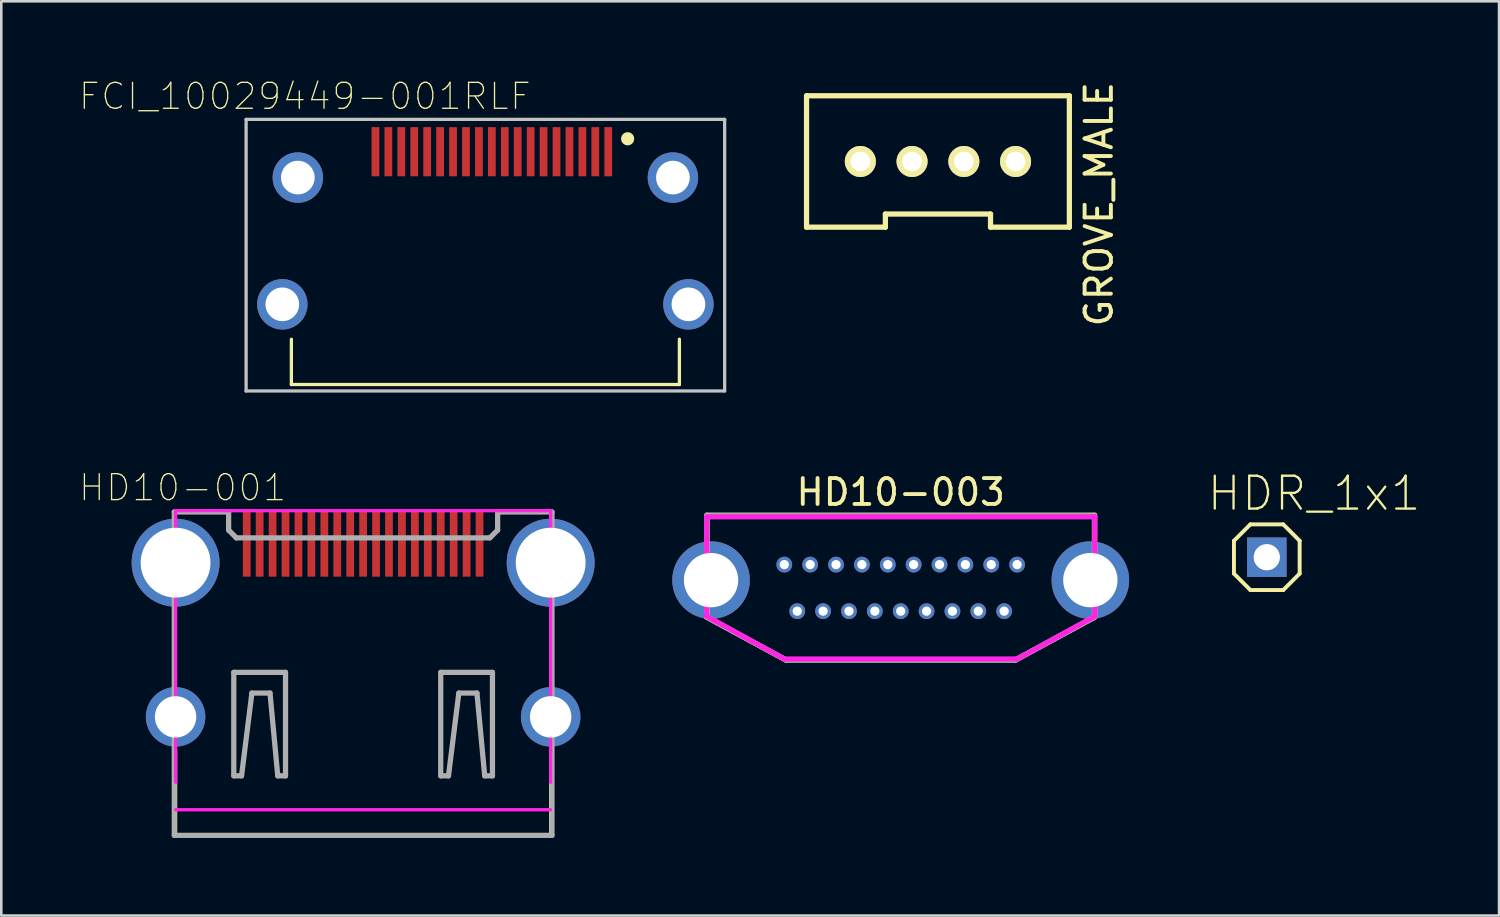
<source format=kicad_pcb>
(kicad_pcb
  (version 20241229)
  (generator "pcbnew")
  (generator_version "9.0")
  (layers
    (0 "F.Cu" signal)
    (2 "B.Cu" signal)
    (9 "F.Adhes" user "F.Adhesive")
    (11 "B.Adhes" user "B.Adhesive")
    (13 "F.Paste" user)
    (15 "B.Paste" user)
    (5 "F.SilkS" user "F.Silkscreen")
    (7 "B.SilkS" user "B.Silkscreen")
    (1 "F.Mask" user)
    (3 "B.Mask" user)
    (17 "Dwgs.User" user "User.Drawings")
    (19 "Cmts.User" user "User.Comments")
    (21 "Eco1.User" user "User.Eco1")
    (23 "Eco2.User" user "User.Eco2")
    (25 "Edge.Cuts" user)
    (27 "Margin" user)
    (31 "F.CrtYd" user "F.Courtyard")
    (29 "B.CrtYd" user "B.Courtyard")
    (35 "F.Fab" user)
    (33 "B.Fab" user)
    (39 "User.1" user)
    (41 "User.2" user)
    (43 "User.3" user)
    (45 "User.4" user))
  (footprint "FCI_10029449-001RLF"
    (layer "F.Cu")
    (at 15.714 2.815)
    (property "Reference" "FCI_10029449-001RLF" (at -6.978 -2.141 0) (layer "F.SilkS") (effects (font (size 1.003 1.003) (thickness 0.05))))
    (attr smd)
    (fp_line (start -7.5 9) (end -7.5 7.25) (stroke (width 0.127) (type solid)) (layer "F.SilkS"))
    (fp_line (start 7.5 7.25) (end 7.5 9) (stroke (width 0.127) (type solid)) (layer "F.SilkS"))
    (fp_line (start 7.5 9) (end -7.5 9) (stroke (width 0.127) (type solid)) (layer "F.SilkS"))
    (fp_circle (center 5.5 -0.5) (end 5.754 -0.5) (stroke (width 0) (type solid)) (fill yes) (layer "F.SilkS"))
    (fp_line (start -9.25 -1.25) (end 9.25 -1.25) (stroke (width 0.127) (type solid)) (layer "Dwgs.User"))
    (fp_line (start -9.25 9.25) (end -9.25 -1.25) (stroke (width 0.127) (type solid)) (layer "Dwgs.User"))
    (fp_line (start 9.25 -1.25) (end 9.25 9.25) (stroke (width 0.127) (type solid)) (layer "Dwgs.User"))
    (fp_line (start 9.25 9.25) (end -9.25 9.25) (stroke (width 0.127) (type solid)) (layer "Dwgs.User"))
    (pad "1" smd rect (at 4.75 0 90) (size 1.9 0.3) (layers "F.Cu" "F.Mask" "F.Paste"))
    (pad "2" smd rect (at 4.25 0 90) (size 1.9 0.3) (layers "F.Cu" "F.Mask" "F.Paste"))
    (pad "3" smd rect (at 3.75 0 90) (size 1.9 0.3) (layers "F.Cu" "F.Mask" "F.Paste"))
    (pad "4" smd rect (at 3.25 0 90) (size 1.9 0.3) (layers "F.Cu" "F.Mask" "F.Paste"))
    (pad "5" smd rect (at 2.75 0 90) (size 1.9 0.3) (layers "F.Cu" "F.Mask" "F.Paste"))
    (pad "6" smd rect (at 2.25 0 90) (size 1.9 0.3) (layers "F.Cu" "F.Mask" "F.Paste"))
    (pad "7" smd rect (at 1.75 0 90) (size 1.9 0.3) (layers "F.Cu" "F.Mask" "F.Paste"))
    (pad "8" smd rect (at 1.25 0 90) (size 1.9 0.3) (layers "F.Cu" "F.Mask" "F.Paste"))
    (pad "9" smd rect (at 0.75 0 90) (size 1.9 0.3) (layers "F.Cu" "F.Mask" "F.Paste"))
    (pad "10" smd rect (at 0.25 0 90) (size 1.9 0.3) (layers "F.Cu" "F.Mask" "F.Paste"))
    (pad "11" smd rect (at -0.25 0 90) (size 1.9 0.3) (layers "F.Cu" "F.Mask" "F.Paste"))
    (pad "12" smd rect (at -0.75 0 90) (size 1.9 0.3) (layers "F.Cu" "F.Mask" "F.Paste"))
    (pad "13" smd rect (at -1.25 0 90) (size 1.9 0.3) (layers "F.Cu" "F.Mask" "F.Paste"))
    (pad "14" smd rect (at -1.75 0 90) (size 1.9 0.3) (layers "F.Cu" "F.Mask" "F.Paste"))
    (pad "15" smd rect (at -2.25 0 90) (size 1.9 0.3) (layers "F.Cu" "F.Mask" "F.Paste"))
    (pad "16" smd rect (at -2.75 0 90) (size 1.9 0.3) (layers "F.Cu" "F.Mask" "F.Paste"))
    (pad "17" smd rect (at -3.25 0 90) (size 1.9 0.3) (layers "F.Cu" "F.Mask" "F.Paste"))
    (pad "18" smd rect (at -3.75 0 90) (size 1.9 0.3) (layers "F.Cu" "F.Mask" "F.Paste"))
    (pad "19" smd rect (at -4.25 0 90) (size 1.9 0.3) (layers "F.Cu" "F.Mask" "F.Paste"))
    (pad "SH" thru_hole circle (at -7.85 5.9) (size 1.95 1.95) (drill 1.3) (layers "*.Cu" "*.Mask"))
    (pad "SH" thru_hole circle (at -7.25 1) (size 1.95 1.95) (drill 1.3) (layers "*.Cu" "*.Mask"))
    (pad "SH" thru_hole circle (at 7.25 1) (size 1.95 1.95) (drill 1.3) (layers "*.Cu" "*.Mask"))
    (pad "SH" thru_hole circle (at 7.85 5.9) (size 1.95 1.95) (drill 1.3) (layers "*.Cu" "*.Mask")))
  (footprint "HD10-001"
    (layer "F.Cu")
    (at 10.988 17.943)
    (property "Reference" "HD10-001" (at -6.978 -2.141 0) (layer "F.SilkS") (effects (font (size 1.003 1.003) (thickness 0.05))))
    (attr smd)
    (fp_line (start -7.25 11.31) (end -7.25 8) (stroke (width 0.127) (type solid)) (layer "F.SilkS"))
    (fp_line (start 7.25 7.997) (end 7.25 11.31) (stroke (width 0.127) (type solid)) (layer "F.SilkS"))
    (fp_line (start 7.25 11.31) (end -7.25 11.31) (stroke (width 0.127) (type solid)) (layer "F.SilkS"))
    (fp_line (start -7.25 -1.25) (end 7.25 -1.25) (stroke (width 0.127) (type solid)) (layer "F.CrtYd"))
    (fp_line (start -7.25 9.25) (end -7.25 -1.25) (stroke (width 0.127) (type solid)) (layer "F.CrtYd"))
    (fp_line (start 7.25 -1.25) (end 7.25 9.25) (stroke (width 0.127) (type solid)) (layer "F.CrtYd"))
    (fp_line (start 7.25 10.31) (end -7.25 10.31) (stroke (width 0.127) (type solid)) (layer "F.CrtYd"))
    (fp_line (start -7.3 -1.2) (end -7.3 11.3) (stroke (width 0.203) (type solid)) (layer "F.Fab"))
    (fp_line (start -7.3 11.3) (end 7.3 11.3) (stroke (width 0.203) (type solid)) (layer "F.Fab"))
    (fp_line (start -5.2 -1.2) (end -7.3 -1.2) (stroke (width 0.203) (type solid)) (layer "F.Fab"))
    (fp_line (start -5.2 -0.5) (end -5.2 -1.2) (stroke (width 0.203) (type solid)) (layer "F.Fab"))
    (fp_line (start -5 5) (end -3 5) (stroke (width 0.203) (type solid)) (layer "F.Fab"))
    (fp_line (start -5 9) (end -5 5) (stroke (width 0.203) (type solid)) (layer "F.Fab"))
    (fp_line (start -4.9 -0.2) (end -5.2 -0.5) (stroke (width 0.203) (type solid)) (layer "F.Fab"))
    (fp_line (start -4.7 9) (end -5 9) (stroke (width 0.203) (type solid)) (layer "F.Fab"))
    (fp_line (start -4.3 5.8) (end -4.7 9) (stroke (width 0.203) (type solid)) (layer "F.Fab"))
    (fp_line (start -3.6 5.8) (end -4.3 5.8) (stroke (width 0.203) (type solid)) (layer "F.Fab"))
    (fp_line (start -3.3 9) (end -3.6 5.8) (stroke (width 0.203) (type solid)) (layer "F.Fab"))
    (fp_line (start -3 5) (end -3 9) (stroke (width 0.203) (type solid)) (layer "F.Fab"))
    (fp_line (start -3 9) (end -3.3 9) (stroke (width 0.203) (type solid)) (layer "F.Fab"))
    (fp_line (start 3 5) (end 5 5) (stroke (width 0.203) (type solid)) (layer "F.Fab"))
    (fp_line (start 3 9) (end 3 5) (stroke (width 0.203) (type solid)) (layer "F.Fab"))
    (fp_line (start 3.3 9) (end 3 9) (stroke (width 0.203) (type solid)) (layer "F.Fab"))
    (fp_line (start 3.7 5.8) (end 3.3 9) (stroke (width 0.203) (type solid)) (layer "F.Fab"))
    (fp_line (start 4.4 5.8) (end 3.7 5.8) (stroke (width 0.203) (type solid)) (layer "F.Fab"))
    (fp_line (start 4.7 9) (end 4.4 5.8) (stroke (width 0.203) (type solid)) (layer "F.Fab"))
    (fp_line (start 4.9 -0.2) (end -4.9 -0.2) (stroke (width 0.203) (type solid)) (layer "F.Fab"))
    (fp_line (start 4.9 -0.2) (end 5.2 -0.5) (stroke (width 0.203) (type solid)) (layer "F.Fab"))
    (fp_line (start 5 5) (end 5 9) (stroke (width 0.203) (type solid)) (layer "F.Fab"))
    (fp_line (start 5 9) (end 4.7 9) (stroke (width 0.203) (type solid)) (layer "F.Fab"))
    (fp_line (start 5.2 -0.5) (end 5.2 -1.2) (stroke (width 0.203) (type solid)) (layer "F.Fab"))
    (fp_line (start 7.3 -1.2) (end 5.2 -1.2) (stroke (width 0.203) (type solid)) (layer "F.Fab"))
    (fp_line (start 7.3 11.3) (end 7.3 -1.2) (stroke (width 0.203) (type solid)) (layer "F.Fab"))
    (pad "1" smd rect (at 4.5 0 90) (size 2.6 0.3) (layers "F.Cu" "F.Mask" "F.Paste"))
    (pad "2" smd rect (at 4 0 90) (size 2.6 0.3) (layers "F.Cu" "F.Mask" "F.Paste"))
    (pad "3" smd rect (at 3.5 0 90) (size 2.6 0.3) (layers "F.Cu" "F.Mask" "F.Paste"))
    (pad "4" smd rect (at 3 0 90) (size 2.6 0.3) (layers "F.Cu" "F.Mask" "F.Paste"))
    (pad "5" smd rect (at 2.5 0 90) (size 2.6 0.3) (layers "F.Cu" "F.Mask" "F.Paste"))
    (pad "6" smd rect (at 2 0 90) (size 2.6 0.3) (layers "F.Cu" "F.Mask" "F.Paste"))
    (pad "7" smd rect (at 1.5 0 90) (size 2.6 0.3) (layers "F.Cu" "F.Mask" "F.Paste"))
    (pad "8" smd rect (at 1 0 90) (size 2.6 0.3) (layers "F.Cu" "F.Mask" "F.Paste"))
    (pad "9" smd rect (at 0.5 0 90) (size 2.6 0.3) (layers "F.Cu" "F.Mask" "F.Paste"))
    (pad "10" smd rect (at 0 0 90) (size 2.6 0.3) (layers "F.Cu" "F.Mask" "F.Paste"))
    (pad "11" smd rect (at -0.5 0 90) (size 2.6 0.3) (layers "F.Cu" "F.Mask" "F.Paste"))
    (pad "12" smd rect (at -1 0 90) (size 2.6 0.3) (layers "F.Cu" "F.Mask" "F.Paste"))
    (pad "13" smd rect (at -1.5 0 90) (size 2.6 0.3) (layers "F.Cu" "F.Mask" "F.Paste"))
    (pad "14" smd rect (at -2 0 90) (size 2.6 0.3) (layers "F.Cu" "F.Mask" "F.Paste"))
    (pad "15" smd rect (at -2.5 0 90) (size 2.6 0.3) (layers "F.Cu" "F.Mask" "F.Paste"))
    (pad "16" smd rect (at -3 0 90) (size 2.6 0.3) (layers "F.Cu" "F.Mask" "F.Paste"))
    (pad "17" smd rect (at -3.5 0 90) (size 2.6 0.3) (layers "F.Cu" "F.Mask" "F.Paste"))
    (pad "18" smd rect (at -4 0 90) (size 2.6 0.3) (layers "F.Cu" "F.Mask" "F.Paste"))
    (pad "19" smd rect (at -4.5 0 90) (size 2.6 0.3) (layers "F.Cu" "F.Mask" "F.Paste"))
    (pad "SH" thru_hole circle (at -7.25 0.76) (size 3.4 3.4) (drill 2.7) (layers "*.Cu" "*.Mask"))
    (pad "SH" thru_hole circle (at -7.25 6.72) (size 2.3 2.3) (drill 1.6) (layers "*.Cu" "*.Mask"))
    (pad "SH" thru_hole circle (at 7.25 0.76) (size 3.4 3.4) (drill 2.7) (layers "*.Cu" "*.Mask"))
    (pad "SH" thru_hole circle (at 7.25 6.72) (size 2.3 2.3) (drill 1.6) (layers "*.Cu" "*.Mask")))
  (footprint "HD10-003"
    (layer "F.Cu")
    (at 31.77 18.777)
    (property "Reference" "HD10-003" (at 0 -2.8 0) (layer "F.SilkS") (effects (font (size 1 1) (thickness 0.15))))
    (attr through_hole)
    (fp_line (start -7.493 -1.905) (end -7.493 2.032) (stroke (width 0.203) (type solid)) (layer "F.SilkS"))
    (fp_line (start -7.493 2.032) (end -4.445 3.683) (stroke (width 0.203) (type solid)) (layer "F.SilkS"))
    (fp_line (start -4.445 3.683) (end 4.445 3.683) (stroke (width 0.203) (type solid)) (layer "F.SilkS"))
    (fp_line (start 4.445 3.683) (end 7.493 2.032) (stroke (width 0.203) (type solid)) (layer "F.SilkS"))
    (fp_line (start 7.493 -1.905) (end -7.493 -1.905) (stroke (width 0.203) (type solid)) (layer "F.SilkS"))
    (fp_line (start 7.493 2.032) (end 7.493 -1.905) (stroke (width 0.203) (type solid)) (layer "F.SilkS"))
    (fp_line (start -7.5 -1.85) (end -7.5 2) (stroke (width 0.203) (type solid)) (layer "F.CrtYd"))
    (fp_line (start -7.5 2) (end -4.5 3.65) (stroke (width 0.203) (type solid)) (layer "F.CrtYd"))
    (fp_line (start -4.5 3.65) (end 4.5 3.65) (stroke (width 0.203) (type solid)) (layer "F.CrtYd"))
    (fp_line (start 4.5 3.65) (end 7.5 2) (stroke (width 0.203) (type solid)) (layer "F.CrtYd"))
    (fp_line (start 7.5 -1.85) (end -7.5 -1.85) (stroke (width 0.203) (type solid)) (layer "F.CrtYd"))
    (fp_line (start 7.5 2) (end 7.5 -1.85) (stroke (width 0.203) (type solid)) (layer "F.CrtYd"))
    (fp_line (start -7.493 -1.905) (end -7.493 2.032) (stroke (width 0.203) (type solid)) (layer "F.Fab"))
    (fp_line (start -7.493 2.032) (end -4.445 3.683) (stroke (width 0.203) (type solid)) (layer "F.Fab"))
    (fp_line (start -4.445 3.683) (end 4.445 3.683) (stroke (width 0.203) (type solid)) (layer "F.Fab"))
    (fp_line (start 4.445 3.683) (end 7.493 2.032) (stroke (width 0.203) (type solid)) (layer "F.Fab"))
    (fp_line (start 7.493 -1.905) (end -7.493 -1.905) (stroke (width 0.203) (type solid)) (layer "F.Fab"))
    (fp_line (start 7.493 2.032) (end 7.493 -1.905) (stroke (width 0.203) (type solid)) (layer "F.Fab"))
    (pad "1" thru_hole circle (at 4.5 0) (size 0.61 0.61) (drill 0.356) (layers "*.Cu" "*.Mask"))
    (pad "2" thru_hole circle (at 4 1.8) (size 0.61 0.61) (drill 0.356) (layers "*.Cu" "*.Mask"))
    (pad "3" thru_hole circle (at 3.5 0) (size 0.61 0.61) (drill 0.356) (layers "*.Cu" "*.Mask"))
    (pad "4" thru_hole circle (at 3 1.8) (size 0.61 0.61) (drill 0.356) (layers "*.Cu" "*.Mask"))
    (pad "5" thru_hole circle (at 2.5 0) (size 0.61 0.61) (drill 0.356) (layers "*.Cu" "*.Mask"))
    (pad "6" thru_hole circle (at 2 1.8) (size 0.61 0.61) (drill 0.356) (layers "*.Cu" "*.Mask"))
    (pad "7" thru_hole circle (at 1.5 0) (size 0.61 0.61) (drill 0.356) (layers "*.Cu" "*.Mask"))
    (pad "8" thru_hole circle (at 1 1.8) (size 0.61 0.61) (drill 0.356) (layers "*.Cu" "*.Mask"))
    (pad "9" thru_hole circle (at 0.5 0) (size 0.61 0.61) (drill 0.356) (layers "*.Cu" "*.Mask"))
    (pad "10" thru_hole circle (at 0 1.8) (size 0.61 0.61) (drill 0.356) (layers "*.Cu" "*.Mask"))
    (pad "11" thru_hole circle (at -0.5 0) (size 0.61 0.61) (drill 0.356) (layers "*.Cu" "*.Mask"))
    (pad "12" thru_hole circle (at -1 1.8) (size 0.61 0.61) (drill 0.356) (layers "*.Cu" "*.Mask"))
    (pad "13" thru_hole circle (at -1.5 0) (size 0.61 0.61) (drill 0.356) (layers "*.Cu" "*.Mask"))
    (pad "14" thru_hole circle (at -2 1.8) (size 0.61 0.61) (drill 0.356) (layers "*.Cu" "*.Mask"))
    (pad "15" thru_hole circle (at -2.5 0) (size 0.61 0.61) (drill 0.356) (layers "*.Cu" "*.Mask"))
    (pad "16" thru_hole circle (at -3 1.8) (size 0.61 0.61) (drill 0.356) (layers "*.Cu" "*.Mask"))
    (pad "17" thru_hole circle (at -3.5 0) (size 0.61 0.61) (drill 0.356) (layers "*.Cu" "*.Mask"))
    (pad "18" thru_hole circle (at -4 1.8) (size 0.61 0.61) (drill 0.356) (layers "*.Cu" "*.Mask"))
    (pad "19" thru_hole circle (at -4.5 0) (size 0.61 0.61) (drill 0.356) (layers "*.Cu" "*.Mask"))
    (pad "SH" thru_hole circle (at -7.332 0.6) (size 3 3) (drill 2.1) (layers "*.Cu" "*.Mask"))
    (pad "SH" thru_hole circle (at 7.332 0.6) (size 3 3) (drill 2.1) (layers "*.Cu" "*.Mask")))
  (footprint "HDR_1x1"
    (layer "F.Cu")
    (at 45.923 18.491)
    (property "Reference" "HDR_1x1" (at 1.829 -2.464 0) (layer "F.SilkS") (effects (font (size 1.27 1.27) (thickness 0.089))))
    (attr exclude_from_pos_files exclude_from_bom)
    (fp_line (start -1.27 -0.635) (end -1.27 0.635) (stroke (width 0.152) (type solid)) (layer "F.SilkS"))
    (fp_line (start -1.27 0.635) (end -0.635 1.27) (stroke (width 0.152) (type solid)) (layer "F.SilkS"))
    (fp_line (start -0.635 -1.27) (end -1.27 -0.635) (stroke (width 0.152) (type solid)) (layer "F.SilkS"))
    (fp_line (start -0.635 -1.27) (end 0.635 -1.27) (stroke (width 0.152) (type solid)) (layer "F.SilkS"))
    (fp_line (start 0.635 -1.27) (end 1.27 -0.635) (stroke (width 0.152) (type solid)) (layer "F.SilkS"))
    (fp_line (start 0.635 1.27) (end -0.635 1.27) (stroke (width 0.152) (type solid)) (layer "F.SilkS"))
    (fp_line (start 1.27 -0.635) (end 1.27 0.635) (stroke (width 0.152) (type solid)) (layer "F.SilkS"))
    (fp_line (start 1.27 0.635) (end 0.635 1.27) (stroke (width 0.152) (type solid)) (layer "F.SilkS"))
    (fp_line (start -0.254 -0.254) (end 0.254 -0.254) (stroke (width 0.066) (type solid)) (layer "F.Fab"))
    (fp_line (start -0.254 0.254) (end -0.254 -0.254) (stroke (width 0.066) (type solid)) (layer "F.Fab"))
    (fp_line (start -0.254 0.254) (end 0.254 0.254) (stroke (width 0.066) (type solid)) (layer "F.Fab"))
    (fp_line (start 0.254 0.254) (end 0.254 -0.254) (stroke (width 0.066) (type solid)) (layer "F.Fab"))
    (pad "1" thru_hole rect (at 0 0) (size 1.524 1.524) (drill 1.016) (layers "*.Cu" "*.Mask")))
  (footprint "GROVE_MALE"
    (layer "F.Cu")
    (at 33.21 3.193)
    (property "Reference" "GROVE_MALE" (at 6.223 1.651 90) (layer "F.SilkS") (effects (font (size 1.016 1.016) (thickness 0.152))))
    (attr through_hole)
    (fp_line (start -5.08 -2.54) (end -5.08 2.54) (stroke (width 0.203) (type solid)) (layer "F.SilkS"))
    (fp_line (start -5.08 2.54) (end -2.032 2.54) (stroke (width 0.203) (type solid)) (layer "F.SilkS"))
    (fp_line (start -2.032 2.032) (end -2.032 2.54) (stroke (width 0.203) (type solid)) (layer "F.SilkS"))
    (fp_line (start 2.032 2.032) (end -2.032 2.032) (stroke (width 0.203) (type solid)) (layer "F.SilkS"))
    (fp_line (start 2.032 2.54) (end 2.032 2.032) (stroke (width 0.203) (type solid)) (layer "F.SilkS"))
    (fp_line (start 2.032 2.54) (end 5.08 2.54) (stroke (width 0.203) (type solid)) (layer "F.SilkS"))
    (fp_line (start 5.08 -2.54) (end -5.08 -2.54) (stroke (width 0.203) (type solid)) (layer "F.SilkS"))
    (fp_line (start 5.08 2.54) (end 5.08 -2.54) (stroke (width 0.203) (type solid)) (layer "F.SilkS"))
    (pad "1" thru_hole circle (at -3 0) (size 1.2 1.2) (drill 0.76) (layers "*.Cu" "*.Mask" "F.SilkS"))
    (pad "2" thru_hole circle (at -1.001 0) (size 1.2 1.2) (drill 0.76) (layers "*.Cu" "*.Mask" "F.SilkS"))
    (pad "3" thru_hole circle (at 1.001 0) (size 1.2 1.2) (drill 0.76) (layers "*.Cu" "*.Mask" "F.SilkS"))
    (pad "4" thru_hole circle (at 3 0) (size 1.2 1.2) (drill 0.76) (layers "*.Cu" "*.Mask" "F.SilkS")))
  (gr_rect
    (start -3 -3)
    (end 54.901 32.345)
    (stroke (width 0.1) (type default))
    (fill no)
    (layer "Edge.Cuts")))
</source>
